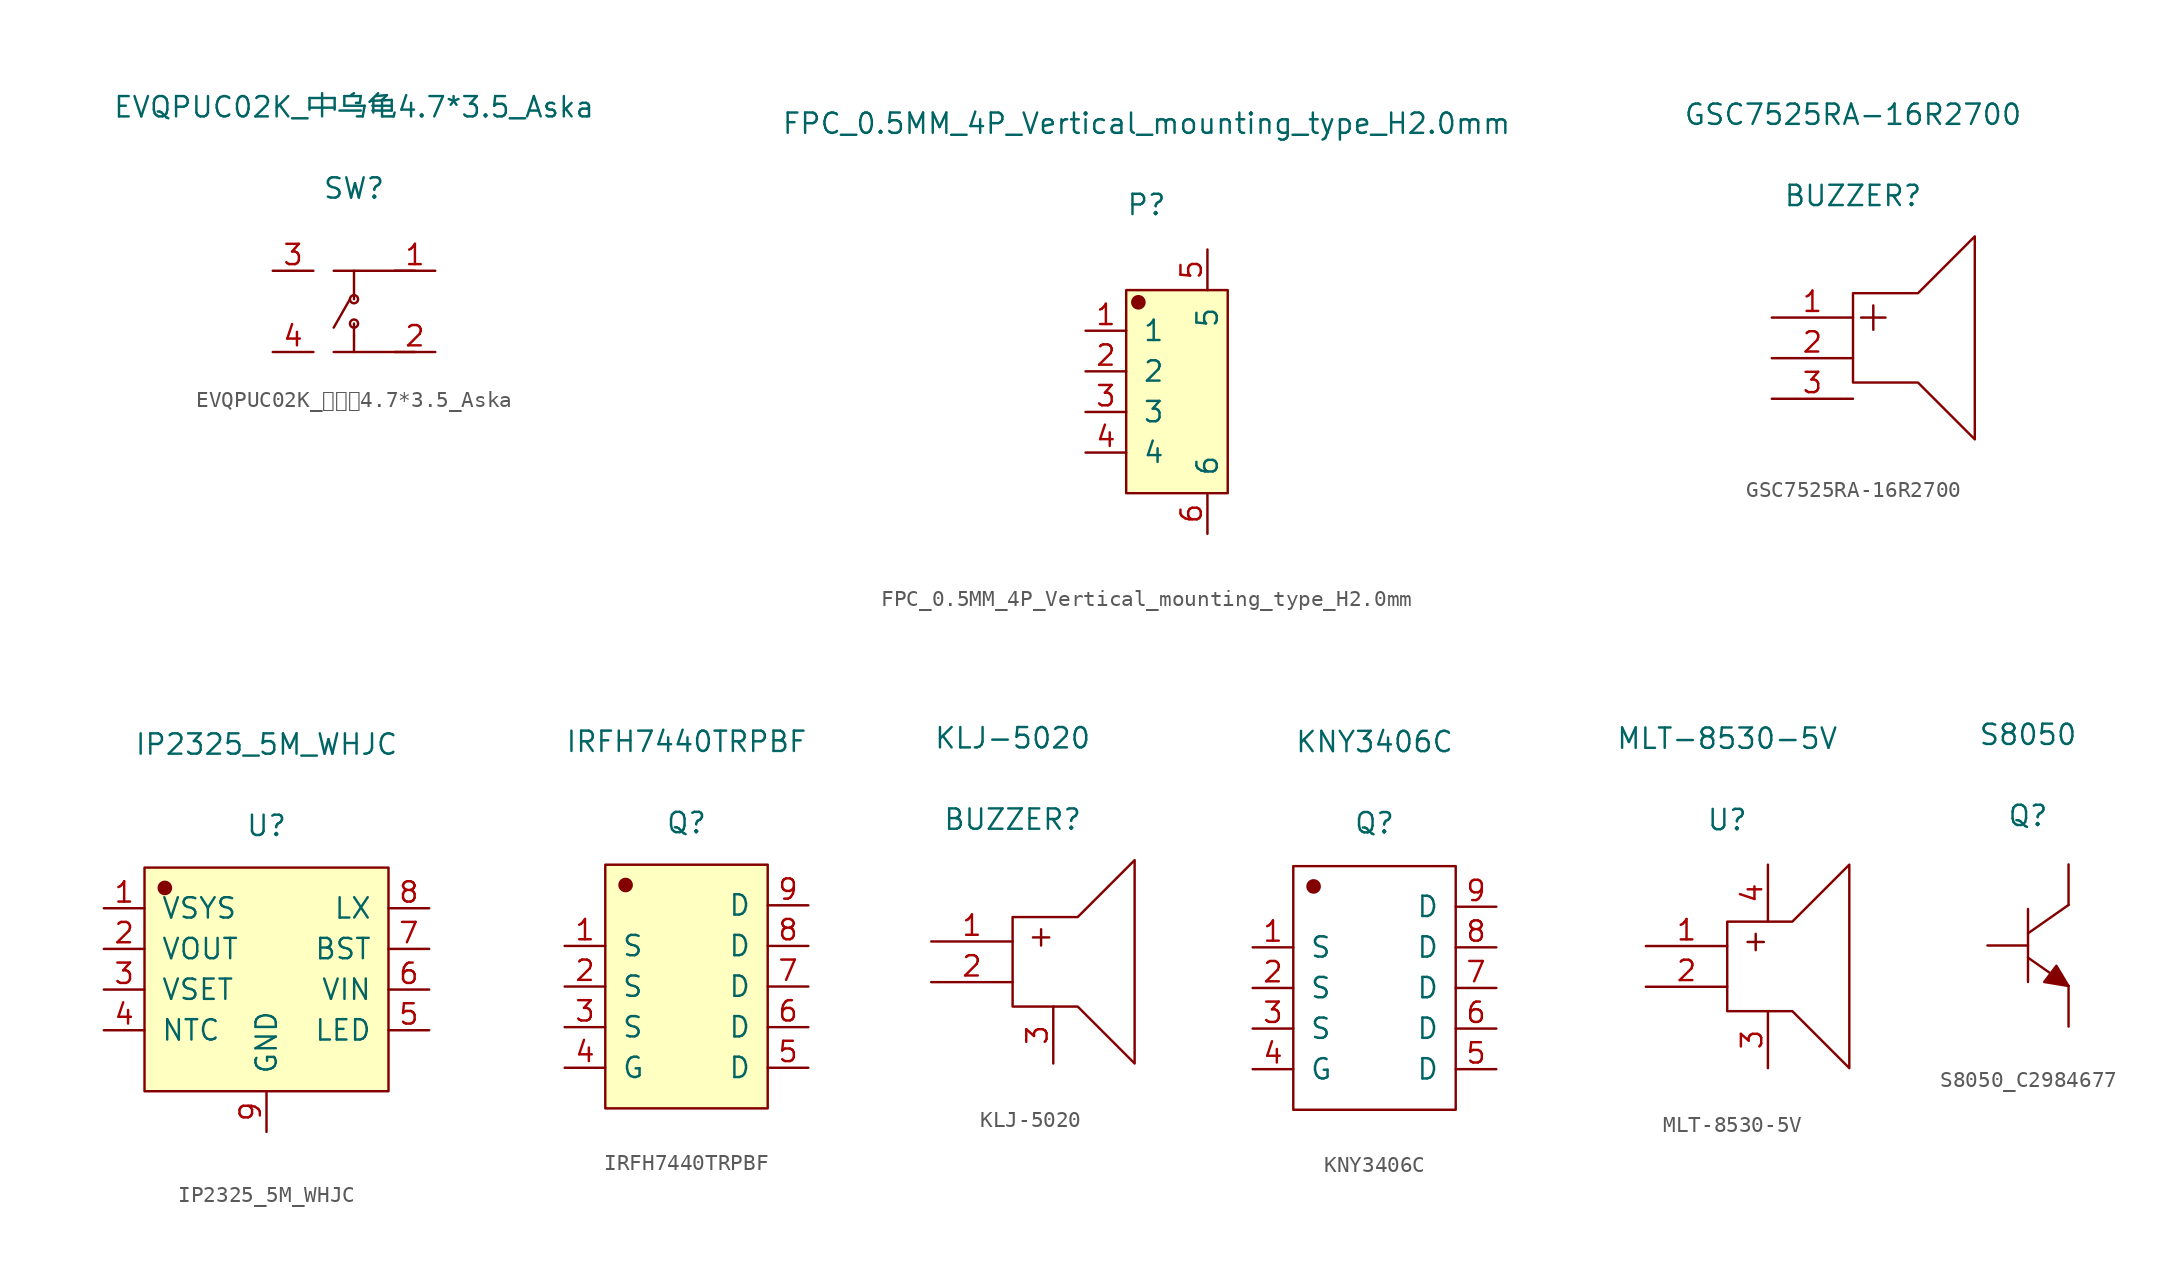
<source format=kicad_sym>
(kicad_symbol_lib
  (version 20231120)
  (generator "kicad_symbol_editor")
  (generator_version "8.0")
  (symbol "EVQPUC02K_中乌龟4.7*3.5_Aska"
    (pin_names
      (offset 1.016) hide)
    (property "Reference" "SW"
      (at 0 7.696 0)
      (effects (font (size 1.27 1.27))))
    (property "Value" "EVQPUC02K_中乌龟4.7*3.5_Aska"
      (at 0 12.776 0)
      (effects (font (size 1.27 1.27))))
    (symbol "EVQPUC02K_中乌龟4.7*3.5_Aska_1_1"
      (circle (center 0 -0.762) (radius 0.254) (stroke (width 0.152) (type solid)) (fill (type none)))
      (polyline (pts (xy -1.27 -2.54) (xy 3.81 -2.54)) (stroke (width 0.152) (type solid)) (fill (type none)))
      (polyline (pts (xy -1.27 -1.016) (xy -0.254 0.762)) (stroke (width 0.152) (type solid)) (fill (type none)))
      (polyline (pts (xy -1.27 2.54) (xy 3.81 2.54)) (stroke (width 0.152) (type solid)) (fill (type none)))
      (polyline (pts (xy 0 -2.54) (xy 0 -1.524)) (stroke (width 0.152) (type solid)) (fill (type none)))
      (polyline (pts (xy 0 -1.524) (xy 0 -0.762)) (stroke (width 0.152) (type solid)) (fill (type none)))
      (polyline (pts (xy 0 2.54) (xy 0 0.762)) (stroke (width 0.152) (type solid)) (fill (type none)))
      (circle (center 0 0.762) (radius 0.254) (stroke (width 0.152) (type solid)) (fill (type none)))
      (pin input line (at 5.08 2.54 180) (length 2.54) (name "1" (effects (font (size 1.27 1.27)))) (number "1" (effects (font (size 1.27 1.27)))))
      (pin input line (at 5.08 -2.54 180) (length 2.54) (name "2" (effects (font (size 1.27 1.27)))) (number "2" (effects (font (size 1.27 1.27)))))
      (pin input line (at -5.08 2.54 0) (length 2.54) (name "3" (effects (font (size 1.27 1.27)))) (number "3" (effects (font (size 1.27 1.27)))))
      (pin input line (at -5.08 -2.54 0) (length 2.54) (name "4" (effects (font (size 1.27 1.27)))) (number "4" (effects (font (size 1.27 1.27)))))))
  (symbol "FPC_0.5MM_4P_Vertical_mounting_type_H2.0mm"
    (pin_names
      (offset 1.016))
    (property "Reference" "P"
      (at 0 11.684 0)
      (effects (font (size 1.27 1.27))))
    (property "Value" "FPC_0.5MM_4P_Vertical_mounting_type_H2.0mm"
      (at 0 16.764 0)
      (effects (font (size 1.27 1.27))))
    (symbol "FPC_0.5MM_4P_Vertical_mounting_type_H2.0mm_1_1"
      (rectangle (start -1.27 6.35) (end 5.08 -6.35) (stroke (width 0.152) (type solid)) (fill (type background)))
      (circle (center -0.508 5.588) (radius 0.381) (stroke (width 0.152) (type solid)) (fill (type outline)))
      (pin input line (at -3.81 3.81 0) (length 2.54) (name "1" (effects (font (size 1.27 1.27)))) (number "1" (effects (font (size 1.27 1.27)))))
      (pin input line (at -3.81 1.27 0) (length 2.54) (name "2" (effects (font (size 1.27 1.27)))) (number "2" (effects (font (size 1.27 1.27)))))
      (pin input line (at -3.81 -1.27 0) (length 2.54) (name "3" (effects (font (size 1.27 1.27)))) (number "3" (effects (font (size 1.27 1.27)))))
      (pin input line (at -3.81 -3.81 0) (length 2.54) (name "4" (effects (font (size 1.27 1.27)))) (number "4" (effects (font (size 1.27 1.27)))))
      (pin input line (at 3.81 8.89 270) (length 2.54) (name "5" (effects (font (size 1.27 1.27)))) (number "5" (effects (font (size 1.27 1.27)))))
      (pin input line (at 3.81 -8.89 90) (length 2.54) (name "6" (effects (font (size 1.27 1.27)))) (number "6" (effects (font (size 1.27 1.27)))))))
  (symbol "GSC7525RA-16R2700"
    (pin_names
      (offset 1.016) hide)
    (property "Reference" "BUZZER"
      (at 0 7.62 0)
      (effects (font (size 1.27 1.27))))
    (property "Value" "GSC7525RA-16R2700"
      (at 0 12.7 0)
      (effects (font (size 1.27 1.27))))
    (symbol "GSC7525RA-16R2700_1_1"
      (polyline (pts (xy 1.27 0.762) (xy 1.27 -0.762)) (stroke (width 0.152) (type solid)) (fill (type none)))
      (polyline (pts (xy 2.032 0) (xy 0.508 0)) (stroke (width 0.152) (type solid)) (fill (type none)))
      (polyline (pts (xy 4.064 -4.064) (xy 0 -4.064) (xy 0 1.524) (xy 4.064 1.524) (xy 7.62 5.08) (xy 7.62 -7.62) (xy 4.064 -4.064)) (stroke (width 0.152) (type solid)) (fill (type none)))
      (pin input line (at -5.08 0 0) (length 5.08) (name "+" (effects (font (size 1.27 1.27)))) (number "1" (effects (font (size 1.27 1.27)))))
      (pin input line (at -5.08 -2.54 0) (length 5.08) (name "-" (effects (font (size 1.27 1.27)))) (number "2" (effects (font (size 1.27 1.27)))))
      (pin input line (at -5.08 -5.08 0) (length 5.08) (name "EH" (effects (font (size 1.27 1.27)))) (number "3" (effects (font (size 1.27 1.27)))))))
  (symbol "IP2325_5M_WHJC"
    (pin_names
      (offset 1.016))
    (property "Reference" "U"
      (at 0 11.506 0)
      (effects (font (size 1.27 1.27))))
    (property "Value" "IP2325_5M_WHJC"
      (at 0 16.586 0)
      (effects (font (size 1.27 1.27))))
    (symbol "IP2325_5M_WHJC_1_1"
      (rectangle (start -7.62 8.89) (end 7.62 -5.08) (stroke (width 0.152) (type solid)) (fill (type background)))
      (circle (center -6.35 7.62) (radius 0.381) (stroke (width 0.152) (type solid)) (fill (type outline)))
      (pin input line (at -10.16 6.35 0) (length 2.54) (name "VSYS" (effects (font (size 1.27 1.27)))) (number "1" (effects (font (size 1.27 1.27)))))
      (pin input line (at -10.16 3.81 0) (length 2.54) (name "VOUT" (effects (font (size 1.27 1.27)))) (number "2" (effects (font (size 1.27 1.27)))))
      (pin input line (at -10.16 1.27 0) (length 2.54) (name "VSET" (effects (font (size 1.27 1.27)))) (number "3" (effects (font (size 1.27 1.27)))))
      (pin input line (at -10.16 -1.27 0) (length 2.54) (name "NTC" (effects (font (size 1.27 1.27)))) (number "4" (effects (font (size 1.27 1.27)))))
      (pin input line (at 10.16 -1.27 180) (length 2.54) (name "LED" (effects (font (size 1.27 1.27)))) (number "5" (effects (font (size 1.27 1.27)))))
      (pin input line (at 10.16 1.27 180) (length 2.54) (name "VIN" (effects (font (size 1.27 1.27)))) (number "6" (effects (font (size 1.27 1.27)))))
      (pin input line (at 10.16 3.81 180) (length 2.54) (name "BST" (effects (font (size 1.27 1.27)))) (number "7" (effects (font (size 1.27 1.27)))))
      (pin input line (at 10.16 6.35 180) (length 2.54) (name "LX" (effects (font (size 1.27 1.27)))) (number "8" (effects (font (size 1.27 1.27)))))
      (pin input line (at 0 -7.62 90) (length 2.54) (name "GND" (effects (font (size 1.27 1.27)))) (number "9" (effects (font (size 1.27 1.27)))))))
  (symbol "IRFH7440TRPBF"
    (pin_names
      (offset 1.016))
    (property "Reference" "Q"
      (at 0 10.236 0)
      (effects (font (size 1.27 1.27))))
    (property "Value" "IRFH7440TRPBF"
      (at 0 15.316 0)
      (effects (font (size 1.27 1.27))))
    (symbol "IRFH7440TRPBF_1_1"
      (rectangle (start -5.08 7.62) (end 5.08 -7.62) (stroke (width 0.152) (type solid)) (fill (type background)))
      (circle (center -3.81 6.35) (radius 0.381) (stroke (width 0.152) (type solid)) (fill (type outline)))
      (pin input line (at -7.62 2.54 0) (length 2.54) (name "S" (effects (font (size 1.27 1.27)))) (number "1" (effects (font (size 1.27 1.27)))))
      (pin input line (at -7.62 0 0) (length 2.54) (name "S" (effects (font (size 1.27 1.27)))) (number "2" (effects (font (size 1.27 1.27)))))
      (pin input line (at -7.62 -2.54 0) (length 2.54) (name "S" (effects (font (size 1.27 1.27)))) (number "3" (effects (font (size 1.27 1.27)))))
      (pin input line (at -7.62 -5.08 0) (length 2.54) (name "G" (effects (font (size 1.27 1.27)))) (number "4" (effects (font (size 1.27 1.27)))))
      (pin input line (at 7.62 -5.08 180) (length 2.54) (name "D" (effects (font (size 1.27 1.27)))) (number "5" (effects (font (size 1.27 1.27)))))
      (pin input line (at 7.62 -2.54 180) (length 2.54) (name "D" (effects (font (size 1.27 1.27)))) (number "6" (effects (font (size 1.27 1.27)))))
      (pin input line (at 7.62 0 180) (length 2.54) (name "D" (effects (font (size 1.27 1.27)))) (number "7" (effects (font (size 1.27 1.27)))))
      (pin input line (at 7.62 2.54 180) (length 2.54) (name "D" (effects (font (size 1.27 1.27)))) (number "8" (effects (font (size 1.27 1.27)))))
      (pin input line (at 7.62 5.08 180) (length 2.54) (name "D" (effects (font (size 1.27 1.27)))) (number "9" (effects (font (size 1.27 1.27)))))))
  (symbol "KLJ-5020"
    (pin_names
      (offset 1.016) hide)
    (property "Reference" "BUZZER"
      (at 0 10.16 0)
      (effects (font (size 1.27 1.27))))
    (property "Value" "KLJ-5020"
      (at 0 15.24 0)
      (effects (font (size 1.27 1.27))))
    (symbol "KLJ-5020_1_1"
      (polyline (pts (xy 1.27 2.794) (xy 2.286 2.794)) (stroke (width 0.152) (type solid)) (fill (type none)))
      (polyline (pts (xy 1.778 3.302) (xy 1.778 2.286)) (stroke (width 0.152) (type solid)) (fill (type none)))
      (polyline (pts (xy 4.064 -1.524) (xy 0 -1.524) (xy 0 4.064) (xy 4.064 4.064) (xy 7.62 7.62) (xy 7.62 -5.08) (xy 4.064 -1.524)) (stroke (width 0.152) (type solid)) (fill (type none)))
      (pin input line (at -5.08 2.54 0) (length 5.08) (name "+" (effects (font (size 1.27 1.27)))) (number "1" (effects (font (size 1.27 1.27)))))
      (pin input line (at -5.08 0 0) (length 5.08) (name "-" (effects (font (size 1.27 1.27)))) (number "2" (effects (font (size 1.27 1.27)))))
      (pin input line (at 2.54 -5.08 90) (length 3.556) (name "NC" (effects (font (size 1.27 1.27)))) (number "3" (effects (font (size 1.27 1.27)))))))
  (symbol "KNY3406C"
    (pin_names
      (offset 1.016))
    (property "Reference" "Q"
      (at 0 10.312 0)
      (effects (font (size 1.27 1.27))))
    (property "Value" "KNY3406C"
      (at 0 15.392 0)
      (effects (font (size 1.27 1.27))))
    (symbol "KNY3406C_1_1"
      (rectangle (start -5.08 7.62) (end 5.08 -7.62) (stroke (width 0.152) (type solid)) (fill (type none)))
      (circle (center -3.81 6.35) (radius 0.381) (stroke (width 0.152) (type solid)) (fill (type outline)))
      (pin input line (at -7.62 2.54 0) (length 2.54) (name "S" (effects (font (size 1.27 1.27)))) (number "1" (effects (font (size 1.27 1.27)))))
      (pin input line (at -7.62 0 0) (length 2.54) (name "S" (effects (font (size 1.27 1.27)))) (number "2" (effects (font (size 1.27 1.27)))))
      (pin input line (at -7.62 -2.54 0) (length 2.54) (name "S" (effects (font (size 1.27 1.27)))) (number "3" (effects (font (size 1.27 1.27)))))
      (pin input line (at -7.62 -5.08 0) (length 2.54) (name "G" (effects (font (size 1.27 1.27)))) (number "4" (effects (font (size 1.27 1.27)))))
      (pin input line (at 7.62 -5.08 180) (length 2.54) (name "D" (effects (font (size 1.27 1.27)))) (number "5" (effects (font (size 1.27 1.27)))))
      (pin input line (at 7.62 -2.54 180) (length 2.54) (name "D" (effects (font (size 1.27 1.27)))) (number "6" (effects (font (size 1.27 1.27)))))
      (pin input line (at 7.62 0 180) (length 2.54) (name "D" (effects (font (size 1.27 1.27)))) (number "7" (effects (font (size 1.27 1.27)))))
      (pin input line (at 7.62 2.54 180) (length 2.54) (name "D" (effects (font (size 1.27 1.27)))) (number "8" (effects (font (size 1.27 1.27)))))
      (pin input line (at 7.62 5.08 180) (length 2.54) (name "D" (effects (font (size 1.27 1.27)))) (number "9" (effects (font (size 1.27 1.27)))))))
  (symbol "MLT-8530-5V"
    (pin_names
      (offset 1.016) hide)
    (property "Reference" "U"
      (at 0 10.414 0)
      (effects (font (size 1.27 1.27))))
    (property "Value" "MLT-8530-5V"
      (at 0 15.494 0)
      (effects (font (size 1.27 1.27))))
    (symbol "MLT-8530-5V_1_1"
      (polyline (pts (xy 1.27 2.794) (xy 2.286 2.794)) (stroke (width 0.152) (type solid)) (fill (type none)))
      (polyline (pts (xy 1.778 3.302) (xy 1.778 2.286)) (stroke (width 0.152) (type solid)) (fill (type none)))
      (polyline (pts (xy 4.064 -1.524) (xy 0 -1.524) (xy 0 4.064) (xy 4.064 4.064) (xy 7.62 7.62) (xy 7.62 -5.08) (xy 4.064 -1.524)) (stroke (width 0.152) (type solid)) (fill (type none)))
      (pin input line (at -5.08 2.54 0) (length 5.08) (name "+" (effects (font (size 1.27 1.27)))) (number "1" (effects (font (size 1.27 1.27)))))
      (pin input line (at -5.08 0 0) (length 5.08) (name "-" (effects (font (size 1.27 1.27)))) (number "2" (effects (font (size 1.27 1.27)))))
      (pin input line (at 2.54 -5.08 90) (length 3.556) (name "NC" (effects (font (size 1.27 1.27)))) (number "3" (effects (font (size 1.27 1.27)))))
      (pin input line (at 2.54 7.62 270) (length 3.556) (name "NC" (effects (font (size 1.27 1.27)))) (number "4" (effects (font (size 1.27 1.27)))))))
  (symbol "S8050_C2984677"
    (pin_numbers hide)
    (pin_names
      (offset 1.016) hide)
    (property "Reference" "Q"
      (at 0 8.128 0)
      (effects (font (size 1.27 1.27))))
    (property "Value" "S8050"
      (at 0 13.208 0)
      (effects (font (size 1.27 1.27))))
    (symbol "S8050_C2984677_1_1"
      (polyline (pts (xy 0 -0.762) (xy 2.54 -2.54)) (stroke (width 0.152) (type solid)) (fill (type none)))
      (polyline (pts (xy 0 2.286) (xy 0 -2.286)) (stroke (width 0.152) (type solid)) (fill (type none)))
      (polyline (pts (xy 2.54 2.54) (xy 0 0.762)) (stroke (width 0.152) (type solid)) (fill (type none)))
      (polyline (pts (xy 2.54 -2.54) (xy 1.778 -1.27) (xy 1.016 -2.286) (xy 2.54 -2.54)) (stroke (width 0.152) (type solid)) (fill (type outline)))
      (pin input line (at -2.54 0 0) (length 2.54) (name "B" (effects (font (size 1.27 1.27)))) (number "1" (effects (font (size 1.27 1.27)))))
      (pin input line (at 2.54 -5.08 90) (length 2.54) (name "E" (effects (font (size 1.27 1.27)))) (number "2" (effects (font (size 1.27 1.27)))))
      (pin input line (at 2.54 5.08 270) (length 2.54) (name "C" (effects (font (size 1.27 1.27)))) (number "3" (effects (font (size 1.27 1.27))))))))
</source>
